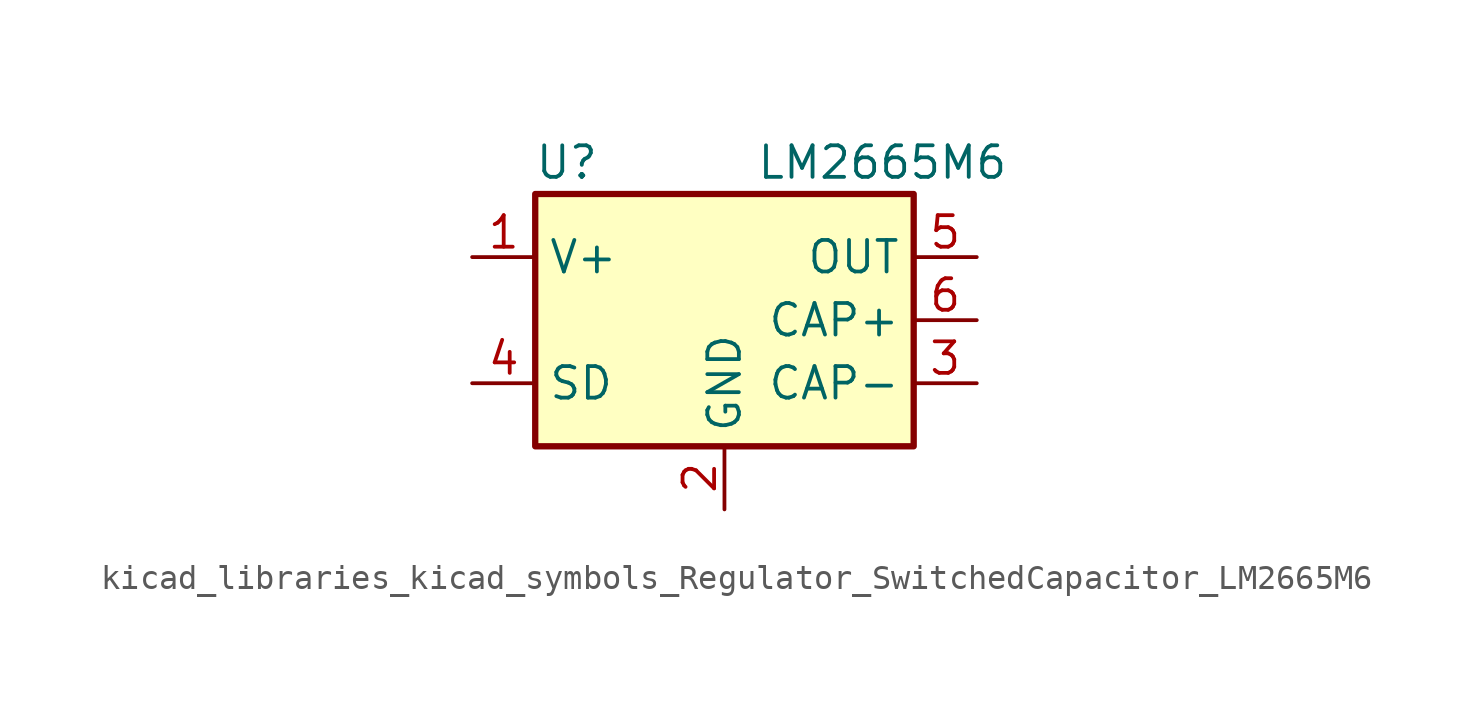
<source format=kicad_sym>
(kicad_symbol_lib
  (version 20220914)
  (generator kicad_symbol_editor)
  (symbol "kicad_libraries_kicad_symbols_Regulator_SwitchedCapacitor_LM2665M6"
    (property "Reference" "U"
      (at -6.35 6.35 0)
      (effects (font (size 1.27 1.27))))
    (property "Value" "LM2665M6"
      (at 1.27 6.35 0)
      (effects (font (size 1.27 1.27)) (justify left)))
    (symbol "kicad_libraries_kicad_symbols_Regulator_SwitchedCapacitor_LM2665M6_0_1"
      (rectangle (start -7.62 5.08) (end 7.62 -5.08) (stroke (width 0.254) (type default)) (fill (type background))))
    (symbol "kicad_libraries_kicad_symbols_Regulator_SwitchedCapacitor_LM2665M6_1_1"
      (pin passive line (at -10.16 2.54 0) (length 2.54) (name "V+" (effects (font (size 1.27 1.27)))) (number "1" (effects (font (size 1.27 1.27)))))
      (pin power_in line (at 0 -7.62 90) (length 2.54) (name "GND" (effects (font (size 1.27 1.27)))) (number "2" (effects (font (size 1.27 1.27)))))
      (pin passive line (at 10.16 -2.54 180) (length 2.54) (name "CAP-" (effects (font (size 1.27 1.27)))) (number "3" (effects (font (size 1.27 1.27)))))
      (pin input line (at -10.16 -2.54 0) (length 2.54) (name "SD" (effects (font (size 1.27 1.27)))) (number "4" (effects (font (size 1.27 1.27)))))
      (pin passive line (at 10.16 2.54 180) (length 2.54) (name "OUT" (effects (font (size 1.27 1.27)))) (number "5" (effects (font (size 1.27 1.27)))))
      (pin passive line (at 10.16 0 180) (length 2.54) (name "CAP+" (effects (font (size 1.27 1.27)))) (number "6" (effects (font (size 1.27 1.27))))))))
</source>
